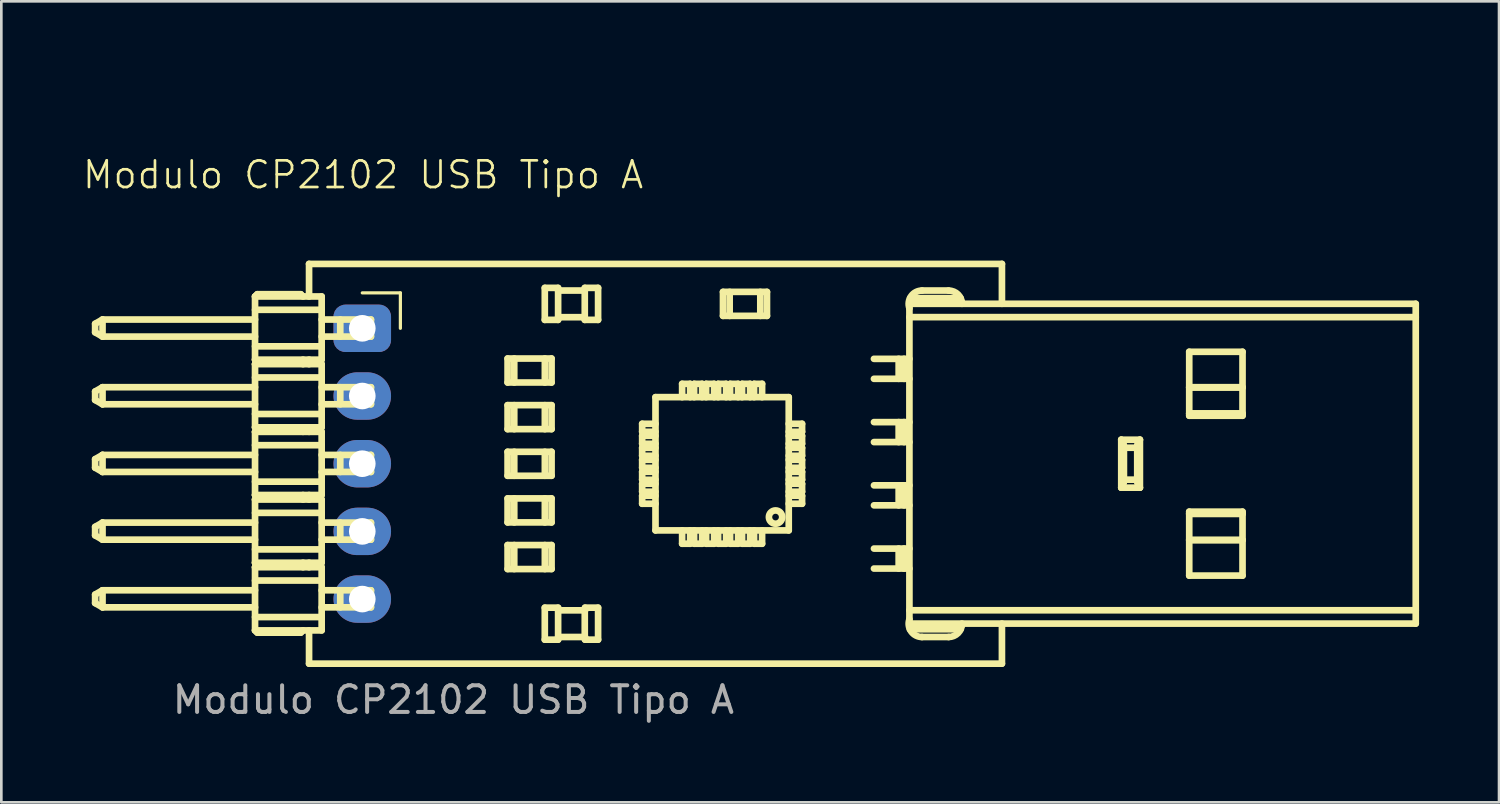
<source format=kicad_pcb>
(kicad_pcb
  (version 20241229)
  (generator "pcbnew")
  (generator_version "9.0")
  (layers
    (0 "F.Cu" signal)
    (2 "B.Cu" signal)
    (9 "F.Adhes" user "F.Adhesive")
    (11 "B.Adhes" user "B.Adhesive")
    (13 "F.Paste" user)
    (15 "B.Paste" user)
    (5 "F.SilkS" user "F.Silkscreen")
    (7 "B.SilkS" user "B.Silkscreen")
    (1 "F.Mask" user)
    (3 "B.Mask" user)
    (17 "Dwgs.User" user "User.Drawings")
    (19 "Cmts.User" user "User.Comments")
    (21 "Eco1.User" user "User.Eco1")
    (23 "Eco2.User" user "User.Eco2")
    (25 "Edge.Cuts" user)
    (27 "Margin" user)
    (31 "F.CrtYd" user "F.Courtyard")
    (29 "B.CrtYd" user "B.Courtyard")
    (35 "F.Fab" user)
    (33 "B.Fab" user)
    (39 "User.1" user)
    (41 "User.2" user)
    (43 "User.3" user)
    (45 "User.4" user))
  (footprint "Modulo CP2102 USB Tipo A"
    (layer "F.Cu")
    (at 21.374 0.25)
    (property "Reference" "Modulo CP2102 USB Tipo A" (at -10.8 3.26 0) (unlocked yes) (layer "F.SilkS") (effects (font (size 1 1) (thickness 0.1))))
    (attr through_hole)
    (fp_line (start -20.854 8.85) (end -20.854 9.17) (stroke (width 0.25) (type solid)) (layer "F.SilkS"))
    (fp_line (start -20.854 11.39) (end -20.854 11.71) (stroke (width 0.25) (type solid)) (layer "F.SilkS"))
    (fp_line (start -20.854 13.93) (end -20.854 14.25) (stroke (width 0.25) (type solid)) (layer "F.SilkS"))
    (fp_line (start -20.854 16.47) (end -20.854 16.79) (stroke (width 0.25) (type solid)) (layer "F.SilkS"))
    (fp_line (start -20.854 19.01) (end -20.854 19.33) (stroke (width 0.25) (type solid)) (layer "F.SilkS"))
    (fp_line (start -20.577 8.69) (end -20.854 8.85) (stroke (width 0.25) (type solid)) (layer "F.SilkS"))
    (fp_line (start -20.577 8.69) (end -20.577 9.33) (stroke (width 0.25) (type solid)) (layer "F.SilkS"))
    (fp_line (start -20.577 9.33) (end -20.854 9.17) (stroke (width 0.25) (type solid)) (layer "F.SilkS"))
    (fp_line (start -20.577 11.23) (end -20.854 11.39) (stroke (width 0.25) (type solid)) (layer "F.SilkS"))
    (fp_line (start -20.577 11.23) (end -20.577 11.87) (stroke (width 0.25) (type solid)) (layer "F.SilkS"))
    (fp_line (start -20.577 11.87) (end -20.854 11.71) (stroke (width 0.25) (type solid)) (layer "F.SilkS"))
    (fp_line (start -20.577 13.77) (end -20.854 13.93) (stroke (width 0.25) (type solid)) (layer "F.SilkS"))
    (fp_line (start -20.577 13.77) (end -20.577 14.41) (stroke (width 0.25) (type solid)) (layer "F.SilkS"))
    (fp_line (start -20.577 14.41) (end -20.854 14.25) (stroke (width 0.25) (type solid)) (layer "F.SilkS"))
    (fp_line (start -20.577 16.31) (end -20.854 16.47) (stroke (width 0.25) (type solid)) (layer "F.SilkS"))
    (fp_line (start -20.577 16.31) (end -20.577 16.95) (stroke (width 0.25) (type solid)) (layer "F.SilkS"))
    (fp_line (start -20.577 16.95) (end -20.854 16.79) (stroke (width 0.25) (type solid)) (layer "F.SilkS"))
    (fp_line (start -20.577 18.85) (end -20.854 19.01) (stroke (width 0.25) (type solid)) (layer "F.SilkS"))
    (fp_line (start -20.577 18.85) (end -20.577 19.49) (stroke (width 0.25) (type solid)) (layer "F.SilkS"))
    (fp_line (start -20.577 19.49) (end -20.854 19.33) (stroke (width 0.25) (type solid)) (layer "F.SilkS"))
    (fp_line (start -14.854 7.825) (end -14.854 10.195) (stroke (width 0.25) (type solid)) (layer "F.SilkS"))
    (fp_line (start -14.854 8.69) (end -20.577 8.69) (stroke (width 0.25) (type solid)) (layer "F.SilkS"))
    (fp_line (start -14.854 9.33) (end -20.577 9.33) (stroke (width 0.25) (type solid)) (layer "F.SilkS"))
    (fp_line (start -14.854 9.695) (end -12.354 9.695) (stroke (width 0.25) (type solid)) (layer "F.SilkS"))
    (fp_line (start -14.854 10.195) (end -14.77 10.28) (stroke (width 0.25) (type solid)) (layer "F.SilkS"))
    (fp_line (start -14.854 10.195) (end -12.354 10.195) (stroke (width 0.25) (type solid)) (layer "F.SilkS"))
    (fp_line (start -14.854 10.365) (end -14.854 12.735) (stroke (width 0.25) (type solid)) (layer "F.SilkS"))
    (fp_line (start -14.854 10.365) (end -12.354 10.365) (stroke (width 0.25) (type solid)) (layer "F.SilkS"))
    (fp_line (start -14.854 10.865) (end -12.354 10.865) (stroke (width 0.25) (type solid)) (layer "F.SilkS"))
    (fp_line (start -14.854 11.23) (end -20.577 11.23) (stroke (width 0.25) (type solid)) (layer "F.SilkS"))
    (fp_line (start -14.854 11.87) (end -20.577 11.87) (stroke (width 0.25) (type solid)) (layer "F.SilkS"))
    (fp_line (start -14.854 12.235) (end -12.354 12.235) (stroke (width 0.25) (type solid)) (layer "F.SilkS"))
    (fp_line (start -14.854 12.735) (end -14.77 12.82) (stroke (width 0.25) (type solid)) (layer "F.SilkS"))
    (fp_line (start -14.854 12.735) (end -12.354 12.735) (stroke (width 0.25) (type solid)) (layer "F.SilkS"))
    (fp_line (start -14.854 12.905) (end -14.854 15.275) (stroke (width 0.25) (type solid)) (layer "F.SilkS"))
    (fp_line (start -14.854 12.905) (end -12.354 12.905) (stroke (width 0.25) (type solid)) (layer "F.SilkS"))
    (fp_line (start -14.854 13.405) (end -12.354 13.405) (stroke (width 0.25) (type solid)) (layer "F.SilkS"))
    (fp_line (start -14.854 13.77) (end -20.577 13.77) (stroke (width 0.25) (type solid)) (layer "F.SilkS"))
    (fp_line (start -14.854 14.41) (end -20.577 14.41) (stroke (width 0.25) (type solid)) (layer "F.SilkS"))
    (fp_line (start -14.854 14.775) (end -12.354 14.775) (stroke (width 0.25) (type solid)) (layer "F.SilkS"))
    (fp_line (start -14.854 15.275) (end -14.77 15.36) (stroke (width 0.25) (type solid)) (layer "F.SilkS"))
    (fp_line (start -14.854 15.275) (end -12.354 15.275) (stroke (width 0.25) (type solid)) (layer "F.SilkS"))
    (fp_line (start -14.854 15.445) (end -14.854 17.815) (stroke (width 0.25) (type solid)) (layer "F.SilkS"))
    (fp_line (start -14.854 15.445) (end -12.354 15.445) (stroke (width 0.25) (type solid)) (layer "F.SilkS"))
    (fp_line (start -14.854 15.945) (end -12.354 15.945) (stroke (width 0.25) (type solid)) (layer "F.SilkS"))
    (fp_line (start -14.854 16.31) (end -20.577 16.31) (stroke (width 0.25) (type solid)) (layer "F.SilkS"))
    (fp_line (start -14.854 16.95) (end -20.577 16.95) (stroke (width 0.25) (type solid)) (layer "F.SilkS"))
    (fp_line (start -14.854 17.315) (end -12.354 17.315) (stroke (width 0.25) (type solid)) (layer "F.SilkS"))
    (fp_line (start -14.854 17.815) (end -14.77 17.9) (stroke (width 0.25) (type solid)) (layer "F.SilkS"))
    (fp_line (start -14.854 17.815) (end -12.354 17.815) (stroke (width 0.25) (type solid)) (layer "F.SilkS"))
    (fp_line (start -14.854 17.985) (end -14.854 20.355) (stroke (width 0.25) (type solid)) (layer "F.SilkS"))
    (fp_line (start -14.854 17.985) (end -12.354 17.985) (stroke (width 0.25) (type solid)) (layer "F.SilkS"))
    (fp_line (start -14.854 18.485) (end -12.354 18.485) (stroke (width 0.25) (type solid)) (layer "F.SilkS"))
    (fp_line (start -14.854 18.85) (end -20.577 18.85) (stroke (width 0.25) (type solid)) (layer "F.SilkS"))
    (fp_line (start -14.854 19.49) (end -20.577 19.49) (stroke (width 0.25) (type solid)) (layer "F.SilkS"))
    (fp_line (start -14.854 19.855) (end -12.354 19.855) (stroke (width 0.25) (type solid)) (layer "F.SilkS"))
    (fp_line (start -14.854 20.355) (end -14.77 20.44) (stroke (width 0.25) (type solid)) (layer "F.SilkS"))
    (fp_line (start -14.854 20.355) (end -12.354 20.355) (stroke (width 0.25) (type solid)) (layer "F.SilkS"))
    (fp_line (start -14.77 7.74) (end -14.854 7.825) (stroke (width 0.25) (type solid)) (layer "F.SilkS"))
    (fp_line (start -14.77 7.74) (end -13.139 7.74) (stroke (width 0.25) (type solid)) (layer "F.SilkS"))
    (fp_line (start -14.77 10.28) (end -14.854 10.365) (stroke (width 0.25) (type solid)) (layer "F.SilkS"))
    (fp_line (start -14.77 12.82) (end -14.854 12.905) (stroke (width 0.25) (type solid)) (layer "F.SilkS"))
    (fp_line (start -14.77 15.36) (end -14.854 15.445) (stroke (width 0.25) (type solid)) (layer "F.SilkS"))
    (fp_line (start -14.77 17.9) (end -14.854 17.985) (stroke (width 0.25) (type solid)) (layer "F.SilkS"))
    (fp_line (start -13.139 10.28) (end -13.054 10.195) (stroke (width 0.25) (type solid)) (layer "F.SilkS"))
    (fp_line (start -13.139 12.82) (end -13.054 12.735) (stroke (width 0.25) (type solid)) (layer "F.SilkS"))
    (fp_line (start -13.139 15.36) (end -13.054 15.275) (stroke (width 0.25) (type solid)) (layer "F.SilkS"))
    (fp_line (start -13.139 17.9) (end -13.054 17.815) (stroke (width 0.25) (type solid)) (layer "F.SilkS"))
    (fp_line (start -13.139 20.44) (end -14.77 20.44) (stroke (width 0.25) (type solid)) (layer "F.SilkS"))
    (fp_line (start -13.139 20.44) (end -13.054 20.355) (stroke (width 0.25) (type solid)) (layer "F.SilkS"))
    (fp_line (start -13.054 7.825) (end -13.139 7.74) (stroke (width 0.25) (type solid)) (layer "F.SilkS"))
    (fp_line (start -13.054 10.365) (end -13.139 10.28) (stroke (width 0.25) (type solid)) (layer "F.SilkS"))
    (fp_line (start -13.054 12.905) (end -13.139 12.82) (stroke (width 0.25) (type solid)) (layer "F.SilkS"))
    (fp_line (start -13.054 15.445) (end -13.139 15.36) (stroke (width 0.25) (type solid)) (layer "F.SilkS"))
    (fp_line (start -13.054 17.985) (end -13.139 17.9) (stroke (width 0.25) (type solid)) (layer "F.SilkS"))
    (fp_line (start -12.827 6.603) (end -12.827 7.825) (stroke (width 0.25) (type solid)) (layer "F.SilkS"))
    (fp_line (start -12.827 10.195) (end -12.827 10.365) (stroke (width 0.25) (type solid)) (layer "F.SilkS"))
    (fp_line (start -12.827 12.735) (end -12.827 12.905) (stroke (width 0.25) (type solid)) (layer "F.SilkS"))
    (fp_line (start -12.827 15.275) (end -12.827 15.445) (stroke (width 0.25) (type solid)) (layer "F.SilkS"))
    (fp_line (start -12.827 17.815) (end -12.827 17.985) (stroke (width 0.25) (type solid)) (layer "F.SilkS"))
    (fp_line (start -12.827 20.355) (end -12.827 21.603) (stroke (width 0.25) (type solid)) (layer "F.SilkS"))
    (fp_line (start -12.827 21.603) (end 13.173 21.603) (stroke (width 0.25) (type solid)) (layer "F.SilkS"))
    (fp_line (start -12.354 7.825) (end -14.854 7.825) (stroke (width 0.25) (type solid)) (layer "F.SilkS"))
    (fp_line (start -12.354 7.825) (end -12.354 10.195) (stroke (width 0.25) (type solid)) (layer "F.SilkS"))
    (fp_line (start -12.354 8.325) (end -14.854 8.325) (stroke (width 0.25) (type solid)) (layer "F.SilkS"))
    (fp_line (start -12.354 12.735) (end -12.354 10.365) (stroke (width 0.25) (type solid)) (layer "F.SilkS"))
    (fp_line (start -12.354 15.275) (end -12.354 12.905) (stroke (width 0.25) (type solid)) (layer "F.SilkS"))
    (fp_line (start -12.354 17.815) (end -12.354 15.445) (stroke (width 0.25) (type solid)) (layer "F.SilkS"))
    (fp_line (start -12.354 20.355) (end -12.354 17.985) (stroke (width 0.25) (type solid)) (layer "F.SilkS"))
    (fp_line (start -11.656 9.33) (end -11.656 8.69) (stroke (width 0.25) (type solid)) (layer "F.SilkS"))
    (fp_line (start -11.656 11.87) (end -11.656 11.23) (stroke (width 0.25) (type solid)) (layer "F.SilkS"))
    (fp_line (start -11.656 14.41) (end -11.656 13.77) (stroke (width 0.25) (type solid)) (layer "F.SilkS"))
    (fp_line (start -11.656 16.95) (end -11.656 16.31) (stroke (width 0.25) (type solid)) (layer "F.SilkS"))
    (fp_line (start -11.656 19.49) (end -11.656 18.85) (stroke (width 0.25) (type solid)) (layer "F.SilkS"))
    (fp_line (start -10.83 7.69) (end -9.4 7.69) (stroke (width 0.12) (type solid)) (layer "F.SilkS"))
    (fp_line (start -10.504 8.69) (end -12.354 8.69) (stroke (width 0.25) (type solid)) (layer "F.SilkS"))
    (fp_line (start -10.504 9.33) (end -12.354 9.33) (stroke (width 0.25) (type solid)) (layer "F.SilkS"))
    (fp_line (start -10.504 9.33) (end -10.504 8.69) (stroke (width 0.25) (type solid)) (layer "F.SilkS"))
    (fp_line (start -10.504 11.23) (end -12.354 11.23) (stroke (width 0.25) (type solid)) (layer "F.SilkS"))
    (fp_line (start -10.504 11.87) (end -12.354 11.87) (stroke (width 0.25) (type solid)) (layer "F.SilkS"))
    (fp_line (start -10.504 11.87) (end -10.504 11.23) (stroke (width 0.25) (type solid)) (layer "F.SilkS"))
    (fp_line (start -10.504 13.77) (end -12.354 13.77) (stroke (width 0.25) (type solid)) (layer "F.SilkS"))
    (fp_line (start -10.504 14.41) (end -12.354 14.41) (stroke (width 0.25) (type solid)) (layer "F.SilkS"))
    (fp_line (start -10.504 14.41) (end -10.504 13.77) (stroke (width 0.25) (type solid)) (layer "F.SilkS"))
    (fp_line (start -10.504 16.31) (end -12.354 16.31) (stroke (width 0.25) (type solid)) (layer "F.SilkS"))
    (fp_line (start -10.504 16.95) (end -12.354 16.95) (stroke (width 0.25) (type solid)) (layer "F.SilkS"))
    (fp_line (start -10.504 16.95) (end -10.504 16.31) (stroke (width 0.25) (type solid)) (layer "F.SilkS"))
    (fp_line (start -10.504 18.85) (end -12.354 18.85) (stroke (width 0.25) (type solid)) (layer "F.SilkS"))
    (fp_line (start -10.504 19.49) (end -12.354 19.49) (stroke (width 0.25) (type solid)) (layer "F.SilkS"))
    (fp_line (start -10.504 19.49) (end -10.504 18.85) (stroke (width 0.25) (type solid)) (layer "F.SilkS"))
    (fp_line (start -9.4 7.69) (end -9.4 9.02) (stroke (width 0.12) (type solid)) (layer "F.SilkS"))
    (fp_line (start -5.377 10.153) (end -5.377 11.053) (stroke (width 0.25) (type solid)) (layer "F.SilkS"))
    (fp_line (start -5.377 11.903) (end -5.377 12.803) (stroke (width 0.25) (type solid)) (layer "F.SilkS"))
    (fp_line (start -5.377 13.653) (end -5.377 14.553) (stroke (width 0.25) (type solid)) (layer "F.SilkS"))
    (fp_line (start -5.377 15.403) (end -5.377 16.303) (stroke (width 0.25) (type solid)) (layer "F.SilkS"))
    (fp_line (start -5.377 17.153) (end -5.377 18.053) (stroke (width 0.25) (type solid)) (layer "F.SilkS"))
    (fp_line (start -5.127 10.153) (end -5.127 11.053) (stroke (width 0.25) (type solid)) (layer "F.SilkS"))
    (fp_line (start -5.127 11.903) (end -5.127 12.803) (stroke (width 0.25) (type solid)) (layer "F.SilkS"))
    (fp_line (start -5.127 13.653) (end -5.127 14.553) (stroke (width 0.25) (type solid)) (layer "F.SilkS"))
    (fp_line (start -5.127 15.403) (end -5.127 16.303) (stroke (width 0.25) (type solid)) (layer "F.SilkS"))
    (fp_line (start -5.127 17.153) (end -5.127 18.053) (stroke (width 0.25) (type solid)) (layer "F.SilkS"))
    (fp_line (start -3.981 7.503) (end -3.981 8.703) (stroke (width 0.25) (type solid)) (layer "F.SilkS"))
    (fp_line (start -3.981 8.703) (end -3.481 8.703) (stroke (width 0.25) (type solid)) (layer "F.SilkS"))
    (fp_line (start -3.981 19.503) (end -3.981 20.703) (stroke (width 0.25) (type solid)) (layer "F.SilkS"))
    (fp_line (start -3.981 20.703) (end -3.481 20.703) (stroke (width 0.25) (type solid)) (layer "F.SilkS"))
    (fp_line (start -3.979 10.153) (end -3.979 11.053) (stroke (width 0.25) (type solid)) (layer "F.SilkS"))
    (fp_line (start -3.979 11.903) (end -3.979 12.803) (stroke (width 0.25) (type solid)) (layer "F.SilkS"))
    (fp_line (start -3.979 13.653) (end -3.979 14.553) (stroke (width 0.25) (type solid)) (layer "F.SilkS"))
    (fp_line (start -3.979 15.403) (end -3.979 16.303) (stroke (width 0.25) (type solid)) (layer "F.SilkS"))
    (fp_line (start -3.979 17.153) (end -3.979 18.053) (stroke (width 0.25) (type solid)) (layer "F.SilkS"))
    (fp_line (start -3.727 10.153) (end -5.377 10.153) (stroke (width 0.25) (type solid)) (layer "F.SilkS"))
    (fp_line (start -3.727 10.153) (end -3.727 11.053) (stroke (width 0.25) (type solid)) (layer "F.SilkS"))
    (fp_line (start -3.727 11.053) (end -5.377 11.053) (stroke (width 0.25) (type solid)) (layer "F.SilkS"))
    (fp_line (start -3.727 11.903) (end -5.377 11.903) (stroke (width 0.25) (type solid)) (layer "F.SilkS"))
    (fp_line (start -3.727 11.903) (end -3.727 12.803) (stroke (width 0.25) (type solid)) (layer "F.SilkS"))
    (fp_line (start -3.727 12.803) (end -5.377 12.803) (stroke (width 0.25) (type solid)) (layer "F.SilkS"))
    (fp_line (start -3.727 13.653) (end -5.377 13.653) (stroke (width 0.25) (type solid)) (layer "F.SilkS"))
    (fp_line (start -3.727 13.653) (end -3.727 14.553) (stroke (width 0.25) (type solid)) (layer "F.SilkS"))
    (fp_line (start -3.727 14.553) (end -5.377 14.553) (stroke (width 0.25) (type solid)) (layer "F.SilkS"))
    (fp_line (start -3.727 15.403) (end -5.377 15.403) (stroke (width 0.25) (type solid)) (layer "F.SilkS"))
    (fp_line (start -3.727 15.403) (end -3.727 16.303) (stroke (width 0.25) (type solid)) (layer "F.SilkS"))
    (fp_line (start -3.727 16.303) (end -5.377 16.303) (stroke (width 0.25) (type solid)) (layer "F.SilkS"))
    (fp_line (start -3.727 17.153) (end -5.377 17.153) (stroke (width 0.25) (type solid)) (layer "F.SilkS"))
    (fp_line (start -3.727 17.153) (end -3.727 18.053) (stroke (width 0.25) (type solid)) (layer "F.SilkS"))
    (fp_line (start -3.727 18.053) (end -5.377 18.053) (stroke (width 0.25) (type solid)) (layer "F.SilkS"))
    (fp_line (start -3.481 7.503) (end -3.981 7.503) (stroke (width 0.25) (type solid)) (layer "F.SilkS"))
    (fp_line (start -3.481 7.503) (end -3.481 8.703) (stroke (width 0.25) (type solid)) (layer "F.SilkS"))
    (fp_line (start -3.481 19.503) (end -3.981 19.503) (stroke (width 0.25) (type solid)) (layer "F.SilkS"))
    (fp_line (start -3.481 19.503) (end -3.481 20.703) (stroke (width 0.25) (type solid)) (layer "F.SilkS"))
    (fp_line (start -2.481 7.503) (end -2.481 8.703) (stroke (width 0.25) (type solid)) (layer "F.SilkS"))
    (fp_line (start -2.481 7.603) (end -3.481 7.603) (stroke (width 0.25) (type solid)) (layer "F.SilkS"))
    (fp_line (start -2.481 8.603) (end -3.481 8.603) (stroke (width 0.25) (type solid)) (layer "F.SilkS"))
    (fp_line (start -2.481 8.703) (end -1.981 8.703) (stroke (width 0.25) (type solid)) (layer "F.SilkS"))
    (fp_line (start -2.481 19.603) (end -2.481 20.603) (stroke (width 0.25) (type solid)) (layer "F.SilkS"))
    (fp_line (start -2.472 19.503) (end -2.472 19.603) (stroke (width 0.25) (type solid)) (layer "F.SilkS"))
    (fp_line (start -2.472 19.603) (end -3.481 19.603) (stroke (width 0.25) (type solid)) (layer "F.SilkS"))
    (fp_line (start -2.472 20.603) (end -3.481 20.603) (stroke (width 0.25) (type solid)) (layer "F.SilkS"))
    (fp_line (start -2.472 20.603) (end -2.472 20.703) (stroke (width 0.25) (type solid)) (layer "F.SilkS"))
    (fp_line (start -2.472 20.703) (end -1.981 20.703) (stroke (width 0.25) (type solid)) (layer "F.SilkS"))
    (fp_line (start -1.981 7.503) (end -2.481 7.503) (stroke (width 0.25) (type solid)) (layer "F.SilkS"))
    (fp_line (start -1.981 7.503) (end -1.981 8.703) (stroke (width 0.25) (type solid)) (layer "F.SilkS"))
    (fp_line (start -1.981 19.503) (end -2.472 19.503) (stroke (width 0.25) (type solid)) (layer "F.SilkS"))
    (fp_line (start -1.981 19.503) (end -1.981 20.703) (stroke (width 0.25) (type solid)) (layer "F.SilkS"))
    (fp_line (start -0.327 12.603) (end -0.327 12.903) (stroke (width 0.25) (type solid)) (layer "F.SilkS"))
    (fp_line (start -0.327 12.903) (end 0.173 12.903) (stroke (width 0.25) (type solid)) (layer "F.SilkS"))
    (fp_line (start -0.327 13.053) (end -0.327 13.353) (stroke (width 0.25) (type solid)) (layer "F.SilkS"))
    (fp_line (start -0.327 13.353) (end 0.173 13.353) (stroke (width 0.25) (type solid)) (layer "F.SilkS"))
    (fp_line (start -0.327 13.503) (end -0.327 13.803) (stroke (width 0.25) (type solid)) (layer "F.SilkS"))
    (fp_line (start -0.327 13.803) (end 0.173 13.803) (stroke (width 0.25) (type solid)) (layer "F.SilkS"))
    (fp_line (start -0.327 13.953) (end -0.327 14.253) (stroke (width 0.25) (type solid)) (layer "F.SilkS"))
    (fp_line (start -0.327 14.253) (end 0.173 14.253) (stroke (width 0.25) (type solid)) (layer "F.SilkS"))
    (fp_line (start -0.327 14.403) (end -0.327 14.703) (stroke (width 0.25) (type solid)) (layer "F.SilkS"))
    (fp_line (start -0.327 14.703) (end 0.173 14.703) (stroke (width 0.25) (type solid)) (layer "F.SilkS"))
    (fp_line (start -0.327 14.853) (end -0.327 15.153) (stroke (width 0.25) (type solid)) (layer "F.SilkS"))
    (fp_line (start -0.327 15.153) (end 0.173 15.153) (stroke (width 0.25) (type solid)) (layer "F.SilkS"))
    (fp_line (start -0.327 15.303) (end -0.327 15.603) (stroke (width 0.25) (type solid)) (layer "F.SilkS"))
    (fp_line (start -0.327 15.603) (end 0.173 15.603) (stroke (width 0.25) (type solid)) (layer "F.SilkS"))
    (fp_line (start 0.173 11.603) (end 0.173 16.603) (stroke (width 0.25) (type solid)) (layer "F.SilkS"))
    (fp_line (start 0.173 12.603) (end -0.327 12.603) (stroke (width 0.25) (type solid)) (layer "F.SilkS"))
    (fp_line (start 0.173 13.053) (end -0.327 13.053) (stroke (width 0.25) (type solid)) (layer "F.SilkS"))
    (fp_line (start 0.173 13.503) (end -0.327 13.503) (stroke (width 0.25) (type solid)) (layer "F.SilkS"))
    (fp_line (start 0.173 13.953) (end -0.327 13.953) (stroke (width 0.25) (type solid)) (layer "F.SilkS"))
    (fp_line (start 0.173 14.403) (end -0.327 14.403) (stroke (width 0.25) (type solid)) (layer "F.SilkS"))
    (fp_line (start 0.173 14.853) (end -0.327 14.853) (stroke (width 0.25) (type solid)) (layer "F.SilkS"))
    (fp_line (start 0.173 15.303) (end -0.327 15.303) (stroke (width 0.25) (type solid)) (layer "F.SilkS"))
    (fp_line (start 0.173 16.603) (end 5.173 16.603) (stroke (width 0.25) (type solid)) (layer "F.SilkS"))
    (fp_line (start 1.173 11.103) (end 1.173 11.603) (stroke (width 0.25) (type solid)) (layer "F.SilkS"))
    (fp_line (start 1.173 16.603) (end 1.173 17.103) (stroke (width 0.25) (type solid)) (layer "F.SilkS"))
    (fp_line (start 1.173 17.103) (end 1.473 17.103) (stroke (width 0.25) (type solid)) (layer "F.SilkS"))
    (fp_line (start 1.473 11.103) (end 1.173 11.103) (stroke (width 0.25) (type solid)) (layer "F.SilkS"))
    (fp_line (start 1.473 11.603) (end 1.473 11.103) (stroke (width 0.25) (type solid)) (layer "F.SilkS"))
    (fp_line (start 1.473 17.103) (end 1.473 16.603) (stroke (width 0.25) (type solid)) (layer "F.SilkS"))
    (fp_line (start 1.623 11.103) (end 1.623 11.603) (stroke (width 0.25) (type solid)) (layer "F.SilkS"))
    (fp_line (start 1.623 16.603) (end 1.623 17.103) (stroke (width 0.25) (type solid)) (layer "F.SilkS"))
    (fp_line (start 1.623 17.103) (end 1.923 17.103) (stroke (width 0.25) (type solid)) (layer "F.SilkS"))
    (fp_line (start 1.923 11.103) (end 1.623 11.103) (stroke (width 0.25) (type solid)) (layer "F.SilkS"))
    (fp_line (start 1.923 11.603) (end 1.923 11.103) (stroke (width 0.25) (type solid)) (layer "F.SilkS"))
    (fp_line (start 1.923 17.103) (end 1.923 16.603) (stroke (width 0.25) (type solid)) (layer "F.SilkS"))
    (fp_line (start 2.073 11.103) (end 2.073 11.603) (stroke (width 0.25) (type solid)) (layer "F.SilkS"))
    (fp_line (start 2.073 16.603) (end 2.073 17.103) (stroke (width 0.25) (type solid)) (layer "F.SilkS"))
    (fp_line (start 2.073 17.103) (end 2.373 17.103) (stroke (width 0.25) (type solid)) (layer "F.SilkS"))
    (fp_line (start 2.373 11.103) (end 2.073 11.103) (stroke (width 0.25) (type solid)) (layer "F.SilkS"))
    (fp_line (start 2.373 11.603) (end 2.373 11.103) (stroke (width 0.25) (type solid)) (layer "F.SilkS"))
    (fp_line (start 2.373 17.103) (end 2.373 16.603) (stroke (width 0.25) (type solid)) (layer "F.SilkS"))
    (fp_line (start 2.523 11.103) (end 2.523 11.603) (stroke (width 0.25) (type solid)) (layer "F.SilkS"))
    (fp_line (start 2.523 16.603) (end 2.523 17.103) (stroke (width 0.25) (type solid)) (layer "F.SilkS"))
    (fp_line (start 2.523 17.103) (end 2.823 17.103) (stroke (width 0.25) (type solid)) (layer "F.SilkS"))
    (fp_line (start 2.706 7.653) (end 2.706 8.553) (stroke (width 0.25) (type solid)) (layer "F.SilkS"))
    (fp_line (start 2.823 11.103) (end 2.523 11.103) (stroke (width 0.25) (type solid)) (layer "F.SilkS"))
    (fp_line (start 2.823 11.603) (end 2.823 11.103) (stroke (width 0.25) (type solid)) (layer "F.SilkS"))
    (fp_line (start 2.823 17.103) (end 2.823 16.603) (stroke (width 0.25) (type solid)) (layer "F.SilkS"))
    (fp_line (start 2.956 7.653) (end 2.956 8.553) (stroke (width 0.25) (type solid)) (layer "F.SilkS"))
    (fp_line (start 2.973 11.103) (end 2.973 11.603) (stroke (width 0.25) (type solid)) (layer "F.SilkS"))
    (fp_line (start 2.973 16.603) (end 2.973 17.103) (stroke (width 0.25) (type solid)) (layer "F.SilkS"))
    (fp_line (start 2.973 17.103) (end 3.273 17.103) (stroke (width 0.25) (type solid)) (layer "F.SilkS"))
    (fp_line (start 3.273 11.103) (end 2.973 11.103) (stroke (width 0.25) (type solid)) (layer "F.SilkS"))
    (fp_line (start 3.273 11.603) (end 3.273 11.103) (stroke (width 0.25) (type solid)) (layer "F.SilkS"))
    (fp_line (start 3.273 17.103) (end 3.273 16.603) (stroke (width 0.25) (type solid)) (layer "F.SilkS"))
    (fp_line (start 3.423 11.103) (end 3.423 11.603) (stroke (width 0.25) (type solid)) (layer "F.SilkS"))
    (fp_line (start 3.423 16.603) (end 3.423 17.103) (stroke (width 0.25) (type solid)) (layer "F.SilkS"))
    (fp_line (start 3.423 17.103) (end 3.723 17.103) (stroke (width 0.25) (type solid)) (layer "F.SilkS"))
    (fp_line (start 3.723 11.103) (end 3.423 11.103) (stroke (width 0.25) (type solid)) (layer "F.SilkS"))
    (fp_line (start 3.723 11.603) (end 3.723 11.103) (stroke (width 0.25) (type solid)) (layer "F.SilkS"))
    (fp_line (start 3.723 17.103) (end 3.723 16.603) (stroke (width 0.25) (type solid)) (layer "F.SilkS"))
    (fp_line (start 3.873 11.103) (end 3.873 11.603) (stroke (width 0.25) (type solid)) (layer "F.SilkS"))
    (fp_line (start 3.873 16.603) (end 3.873 17.103) (stroke (width 0.25) (type solid)) (layer "F.SilkS"))
    (fp_line (start 3.873 17.103) (end 4.173 17.103) (stroke (width 0.25) (type solid)) (layer "F.SilkS"))
    (fp_line (start 4.106 7.653) (end 4.106 8.553) (stroke (width 0.25) (type solid)) (layer "F.SilkS"))
    (fp_line (start 4.173 11.103) (end 3.873 11.103) (stroke (width 0.25) (type solid)) (layer "F.SilkS"))
    (fp_line (start 4.173 11.603) (end 4.173 11.103) (stroke (width 0.25) (type solid)) (layer "F.SilkS"))
    (fp_line (start 4.173 17.103) (end 4.173 16.603) (stroke (width 0.25) (type solid)) (layer "F.SilkS"))
    (fp_line (start 4.356 7.653) (end 2.706 7.653) (stroke (width 0.25) (type solid)) (layer "F.SilkS"))
    (fp_line (start 4.356 7.653) (end 4.356 8.553) (stroke (width 0.25) (type solid)) (layer "F.SilkS"))
    (fp_line (start 4.356 8.553) (end 2.706 8.553) (stroke (width 0.25) (type solid)) (layer "F.SilkS"))
    (fp_line (start 5.173 11.603) (end 0.173 11.603) (stroke (width 0.25) (type solid)) (layer "F.SilkS"))
    (fp_line (start 5.173 12.903) (end 5.673 12.903) (stroke (width 0.25) (type solid)) (layer "F.SilkS"))
    (fp_line (start 5.173 13.353) (end 5.673 13.353) (stroke (width 0.25) (type solid)) (layer "F.SilkS"))
    (fp_line (start 5.173 13.803) (end 5.673 13.803) (stroke (width 0.25) (type solid)) (layer "F.SilkS"))
    (fp_line (start 5.173 14.253) (end 5.673 14.253) (stroke (width 0.25) (type solid)) (layer "F.SilkS"))
    (fp_line (start 5.173 14.703) (end 5.673 14.703) (stroke (width 0.25) (type solid)) (layer "F.SilkS"))
    (fp_line (start 5.173 15.153) (end 5.673 15.153) (stroke (width 0.25) (type solid)) (layer "F.SilkS"))
    (fp_line (start 5.173 15.603) (end 5.673 15.603) (stroke (width 0.25) (type solid)) (layer "F.SilkS"))
    (fp_line (start 5.173 16.603) (end 5.173 11.603) (stroke (width 0.25) (type solid)) (layer "F.SilkS"))
    (fp_line (start 5.673 12.603) (end 5.173 12.603) (stroke (width 0.25) (type solid)) (layer "F.SilkS"))
    (fp_line (start 5.673 12.903) (end 5.673 12.603) (stroke (width 0.25) (type solid)) (layer "F.SilkS"))
    (fp_line (start 5.673 13.053) (end 5.173 13.053) (stroke (width 0.25) (type solid)) (layer "F.SilkS"))
    (fp_line (start 5.673 13.353) (end 5.673 13.053) (stroke (width 0.25) (type solid)) (layer "F.SilkS"))
    (fp_line (start 5.673 13.503) (end 5.173 13.503) (stroke (width 0.25) (type solid)) (layer "F.SilkS"))
    (fp_line (start 5.673 13.803) (end 5.673 13.503) (stroke (width 0.25) (type solid)) (layer "F.SilkS"))
    (fp_line (start 5.673 13.953) (end 5.173 13.953) (stroke (width 0.25) (type solid)) (layer "F.SilkS"))
    (fp_line (start 5.673 14.253) (end 5.673 13.953) (stroke (width 0.25) (type solid)) (layer "F.SilkS"))
    (fp_line (start 5.673 14.403) (end 5.173 14.403) (stroke (width 0.25) (type solid)) (layer "F.SilkS"))
    (fp_line (start 5.673 14.703) (end 5.673 14.403) (stroke (width 0.25) (type solid)) (layer "F.SilkS"))
    (fp_line (start 5.673 14.853) (end 5.173 14.853) (stroke (width 0.25) (type solid)) (layer "F.SilkS"))
    (fp_line (start 5.673 15.153) (end 5.673 14.853) (stroke (width 0.25) (type solid)) (layer "F.SilkS"))
    (fp_line (start 5.673 15.303) (end 5.173 15.303) (stroke (width 0.25) (type solid)) (layer "F.SilkS"))
    (fp_line (start 5.673 15.603) (end 5.673 15.303) (stroke (width 0.25) (type solid)) (layer "F.SilkS"))
    (fp_line (start 8.37 10.165) (end 9.701 10.165) (stroke (width 0.25) (type solid)) (layer "F.SilkS"))
    (fp_line (start 8.371 12.539) (end 9.701 12.539) (stroke (width 0.25) (type solid)) (layer "F.SilkS"))
    (fp_line (start 8.371 13.289) (end 9.701 13.289) (stroke (width 0.25) (type solid)) (layer "F.SilkS"))
    (fp_line (start 8.371 14.912) (end 9.701 14.912) (stroke (width 0.25) (type solid)) (layer "F.SilkS"))
    (fp_line (start 8.371 15.662) (end 9.701 15.662) (stroke (width 0.25) (type solid)) (layer "F.SilkS"))
    (fp_line (start 8.371 17.285) (end 9.701 17.285) (stroke (width 0.25) (type solid)) (layer "F.SilkS"))
    (fp_line (start 9.298 10.165) (end 9.298 10.915) (stroke (width 0.25) (type solid)) (layer "F.SilkS"))
    (fp_line (start 9.298 12.539) (end 9.298 13.289) (stroke (width 0.25) (type solid)) (layer "F.SilkS"))
    (fp_line (start 9.298 14.912) (end 9.298 15.662) (stroke (width 0.25) (type solid)) (layer "F.SilkS"))
    (fp_line (start 9.298 17.285) (end 9.298 18.035) (stroke (width 0.25) (type solid)) (layer "F.SilkS"))
    (fp_line (start 9.499 10.915) (end 9.499 10.165) (stroke (width 0.25) (type solid)) (layer "F.SilkS"))
    (fp_line (start 9.499 13.289) (end 9.499 12.539) (stroke (width 0.25) (type solid)) (layer "F.SilkS"))
    (fp_line (start 9.499 15.662) (end 9.499 14.912) (stroke (width 0.25) (type solid)) (layer "F.SilkS"))
    (fp_line (start 9.499 18.035) (end 9.499 17.285) (stroke (width 0.25) (type solid)) (layer "F.SilkS"))
    (fp_line (start 9.701 8.1) (end 9.701 20.1) (stroke (width 0.25) (type solid)) (layer "F.SilkS"))
    (fp_line (start 9.701 10.915) (end 8.37 10.915) (stroke (width 0.25) (type solid)) (layer "F.SilkS"))
    (fp_line (start 9.701 18.035) (end 8.371 18.035) (stroke (width 0.25) (type solid)) (layer "F.SilkS"))
    (fp_line (start 9.701 19.6) (end 28.701 19.6) (stroke (width 0.25) (type solid)) (layer "F.SilkS"))
    (fp_line (start 9.701 20.1) (end 28.701 20.1) (stroke (width 0.25) (type solid)) (layer "F.SilkS"))
    (fp_line (start 9.701 20.171) (end 11.668 20.171) (stroke (width 0.25) (type solid)) (layer "F.SilkS"))
    (fp_line (start 9.72 20.314) (end 11.62 20.314) (stroke (width 0.25) (type solid)) (layer "F.SilkS"))
    (fp_line (start 10.173 20.603) (end 11.173 20.603) (stroke (width 0.25) (type solid)) (layer "F.SilkS"))
    (fp_line (start 11.173 7.603) (end 10.173 7.603) (stroke (width 0.25) (type solid)) (layer "F.SilkS"))
    (fp_line (start 11.621 7.886) (end 9.73 7.886) (stroke (width 0.25) (type solid)) (layer "F.SilkS"))
    (fp_line (start 11.667 8.029) (end 9.701 8.029) (stroke (width 0.25) (type solid)) (layer "F.SilkS"))
    (fp_line (start 13.173 6.603) (end -12.827 6.603) (stroke (width 0.25) (type solid)) (layer "F.SilkS"))
    (fp_line (start 13.173 8.1) (end 13.173 6.603) (stroke (width 0.25) (type solid)) (layer "F.SilkS"))
    (fp_line (start 13.173 21.603) (end 13.173 20.1) (stroke (width 0.25) (type solid)) (layer "F.SilkS"))
    (fp_line (start 17.65 13.2) (end 18.35 13.2) (stroke (width 0.25) (type solid)) (layer "F.SilkS"))
    (fp_line (start 17.65 15) (end 17.65 13.2) (stroke (width 0.25) (type solid)) (layer "F.SilkS"))
    (fp_line (start 17.75 13.5) (end 18.25 13.5) (stroke (width 0.25) (type solid)) (layer "F.SilkS"))
    (fp_line (start 17.75 14.776) (end 17.75 13.424) (stroke (width 0.25) (type solid)) (layer "F.SilkS"))
    (fp_line (start 18.25 13.424) (end 18.25 14.776) (stroke (width 0.25) (type solid)) (layer "F.SilkS"))
    (fp_line (start 18.25 14.7) (end 17.75 14.7) (stroke (width 0.25) (type solid)) (layer "F.SilkS"))
    (fp_line (start 18.35 13.2) (end 18.35 15) (stroke (width 0.25) (type solid)) (layer "F.SilkS"))
    (fp_line (start 18.35 15) (end 17.65 15) (stroke (width 0.25) (type solid)) (layer "F.SilkS"))
    (fp_line (start 20.201 9.9) (end 22.201 9.9) (stroke (width 0.25) (type solid)) (layer "F.SilkS"))
    (fp_line (start 20.201 11.23) (end 22.201 11.23) (stroke (width 0.25) (type solid)) (layer "F.SilkS"))
    (fp_line (start 20.201 12.213) (end 22.201 12.213) (stroke (width 0.25) (type solid)) (layer "F.SilkS"))
    (fp_line (start 20.201 12.3) (end 20.201 9.9) (stroke (width 0.25) (type solid)) (layer "F.SilkS"))
    (fp_line (start 20.201 15.9) (end 22.201 15.9) (stroke (width 0.25) (type solid)) (layer "F.SilkS"))
    (fp_line (start 20.201 15.976) (end 22.201 15.976) (stroke (width 0.25) (type solid)) (layer "F.SilkS"))
    (fp_line (start 20.201 16.959) (end 22.201 16.959) (stroke (width 0.25) (type solid)) (layer "F.SilkS"))
    (fp_line (start 20.201 18.3) (end 20.201 15.9) (stroke (width 0.25) (type solid)) (layer "F.SilkS"))
    (fp_line (start 22.201 9.9) (end 22.201 12.3) (stroke (width 0.25) (type solid)) (layer "F.SilkS"))
    (fp_line (start 22.201 11.241) (end 20.201 11.241) (stroke (width 0.25) (type solid)) (layer "F.SilkS"))
    (fp_line (start 22.201 12.223) (end 20.201 12.223) (stroke (width 0.25) (type solid)) (layer "F.SilkS"))
    (fp_line (start 22.201 12.3) (end 20.201 12.3) (stroke (width 0.25) (type solid)) (layer "F.SilkS"))
    (fp_line (start 22.201 15.9) (end 22.201 18.3) (stroke (width 0.25) (type solid)) (layer "F.SilkS"))
    (fp_line (start 22.201 15.986) (end 20.201 15.986) (stroke (width 0.25) (type solid)) (layer "F.SilkS"))
    (fp_line (start 22.201 16.97) (end 20.201 16.97) (stroke (width 0.25) (type solid)) (layer "F.SilkS"))
    (fp_line (start 22.201 18.3) (end 20.201 18.3) (stroke (width 0.25) (type solid)) (layer "F.SilkS"))
    (fp_line (start 28.701 8.1) (end 9.701 8.1) (stroke (width 0.25) (type solid)) (layer "F.SilkS"))
    (fp_line (start 28.701 8.6) (end 9.701 8.6) (stroke (width 0.25) (type solid)) (layer "F.SilkS"))
    (fp_line (start 28.701 20.1) (end 28.701 8.1) (stroke (width 0.25) (type solid)) (layer "F.SilkS"))
    (fp_arc (start 9.701295 8.269557) (mid 9.764732 7.814457) (end 10.17285 7.603317) (stroke (width 0.25) (type solid)) (layer "F.SilkS"))
    (fp_arc (start 10.17285 20.603317) (mid 9.764732 20.392177) (end 9.701295 19.937077) (stroke (width 0.25) (type solid)) (layer "F.SilkS"))
    (fp_arc (start 11.17285 7.603317) (mid 11.525229 7.748593) (end 11.672839 8.1) (stroke (width 0.25) (type solid)) (layer "F.SilkS"))
    (fp_arc (start 11.672839 20.1) (mid 11.527574 20.455696) (end 11.17285 20.603317) (stroke (width 0.25) (type solid)) (layer "F.SilkS"))
    (fp_circle (center 4.678 16.103) (end 4.428 16.103) (stroke (width 0.25) (type solid)) (fill no) (layer "F.SilkS"))
    (fp_curve (pts (xy 9.701 8.029) (xy 9.701 8.075) (xy 9.701 8.1) (xy 9.701 8.1)) (stroke (width 0.25) (type solid)) (layer "F.SilkS"))
    (fp_curve (pts (xy 9.701 20.1) (xy 9.701 20.1) (xy 9.701 20.125) (xy 9.701 20.171)) (stroke (width 0.25) (type solid)) (layer "F.SilkS"))
    (fp_curve (pts (xy 17.715 13.317) (xy 17.696 13.279) (xy 17.673 13.24) (xy 17.65 13.2)) (stroke (width 0.25) (type solid)) (layer "F.SilkS"))
    (fp_curve (pts (xy 17.715 14.883) (xy 17.696 14.921) (xy 17.673 14.961) (xy 17.65 15)) (stroke (width 0.25) (type solid)) (layer "F.SilkS"))
    (fp_curve (pts (xy 17.75 13.424) (xy 17.75 13.393) (xy 17.734 13.356) (xy 17.715 13.317)) (stroke (width 0.25) (type solid)) (layer "F.SilkS"))
    (fp_curve (pts (xy 17.75 14.776) (xy 17.75 14.807) (xy 17.734 14.844) (xy 17.715 14.883)) (stroke (width 0.25) (type solid)) (layer "F.SilkS"))
    (fp_curve (pts (xy 18.25 13.424) (xy 18.25 13.393) (xy 18.266 13.356) (xy 18.285 13.317)) (stroke (width 0.25) (type solid)) (layer "F.SilkS"))
    (fp_curve (pts (xy 18.25 14.776) (xy 18.25 14.807) (xy 18.266 14.844) (xy 18.285 14.883)) (stroke (width 0.25) (type solid)) (layer "F.SilkS"))
    (fp_curve (pts (xy 18.285 13.317) (xy 18.304 13.279) (xy 18.327 13.239) (xy 18.35 13.2)) (stroke (width 0.25) (type solid)) (layer "F.SilkS"))
    (fp_curve (pts (xy 18.285 14.883) (xy 18.304 14.921) (xy 18.327 14.961) (xy 18.35 15)) (stroke (width 0.25) (type solid)) (layer "F.SilkS"))
    (fp_line (start -10.83 9.32) (end -10.83 8.72) (stroke (width 0.1) (type solid)) (layer "F.Fab"))
    (fp_line (start -10.83 11.86) (end -10.83 11.26) (stroke (width 0.1) (type solid)) (layer "F.Fab"))
    (fp_line (start -10.83 14.4) (end -10.83 13.8) (stroke (width 0.1) (type solid)) (layer "F.Fab"))
    (fp_line (start -10.83 16.94) (end -10.83 16.34) (stroke (width 0.1) (type solid)) (layer "F.Fab"))
    (fp_line (start -10.83 19.48) (end -10.83 18.88) (stroke (width 0.1) (type solid)) (layer "F.Fab"))
    (fp_text user "${REFERENCE}" (at -7.41 22.96 0) (unlocked yes) (layer "F.Fab") (effects (font (size 1 1) (thickness 0.15))))
    (pad "1" thru_hole roundrect (at -10.83 9.02) (size 2.159 1.778) (drill 1) (layers "*.Cu" "*.Mask") (roundrect_rratio 0.25))
    (pad "2" thru_hole oval (at -10.83 11.56) (size 2.159 1.778) (drill 1) (layers "*.Cu" "*.Mask"))
    (pad "3" thru_hole oval (at -10.83 14.1) (size 2.159 1.778) (drill 1) (layers "*.Cu" "*.Mask"))
    (pad "4" thru_hole oval (at -10.83 16.64) (size 2.159 1.778) (drill 1) (layers "*.Cu" "*.Mask"))
    (pad "5" thru_hole oval (at -10.83 19.18) (size 2.159 1.778) (drill 1) (layers "*.Cu" "*.Mask")))
  (gr_rect
    (start -3 -3)
    (end 53.2 27.058)
    (stroke (width 0.1) (type default))
    (fill no)
    (layer "Edge.Cuts")))
</source>
